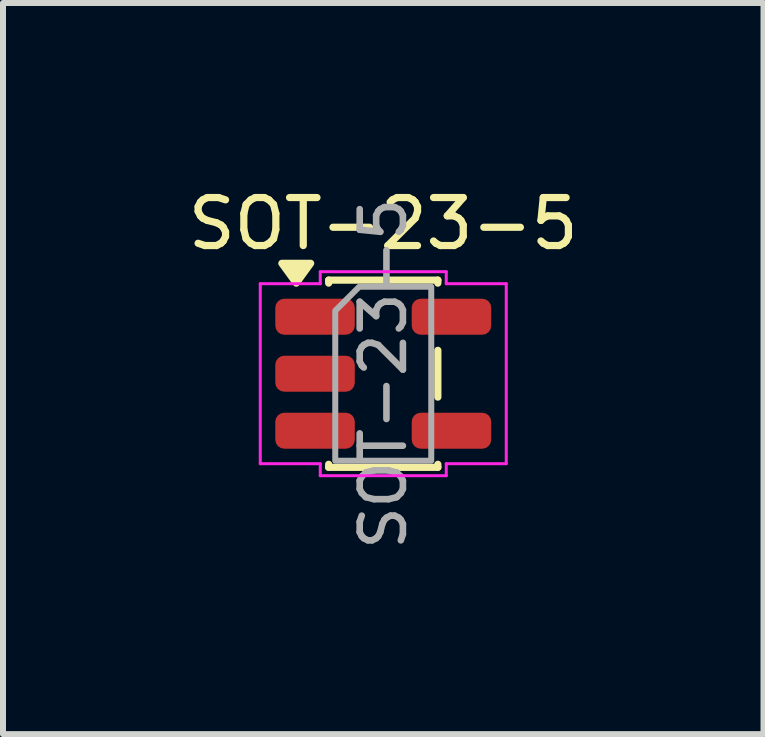
<source format=kicad_pcb>
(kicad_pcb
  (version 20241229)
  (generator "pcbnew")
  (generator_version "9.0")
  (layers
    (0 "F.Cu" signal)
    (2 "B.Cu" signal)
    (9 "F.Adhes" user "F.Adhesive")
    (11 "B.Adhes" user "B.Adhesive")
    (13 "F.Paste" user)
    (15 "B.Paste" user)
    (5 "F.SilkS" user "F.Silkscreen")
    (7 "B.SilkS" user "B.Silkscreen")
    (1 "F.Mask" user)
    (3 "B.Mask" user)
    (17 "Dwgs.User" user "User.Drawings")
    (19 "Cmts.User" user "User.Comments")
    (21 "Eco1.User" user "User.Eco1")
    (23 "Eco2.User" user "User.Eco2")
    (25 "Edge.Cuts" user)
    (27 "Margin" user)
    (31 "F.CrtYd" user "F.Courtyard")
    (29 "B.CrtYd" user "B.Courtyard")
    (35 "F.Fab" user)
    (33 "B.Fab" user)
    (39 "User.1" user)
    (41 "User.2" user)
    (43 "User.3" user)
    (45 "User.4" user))
  (footprint "SOT-23-5"
    (layer "F.Cu")
    (at 3.338 3.179)
    (property "Reference" "SOT-23-5" (at 0 -2.5 0) (layer "F.SilkS") (effects (font (size 0.8 0.8) (thickness 0.12))))
    (attr smd)
    (fp_line (start -0.91 -1.56) (end 0.91 -1.56) (stroke (width 0.12) (type solid)) (layer "F.SilkS"))
    (fp_line (start -0.91 -1.51) (end -0.91 -1.56) (stroke (width 0.12) (type solid)) (layer "F.SilkS"))
    (fp_line (start -0.91 1.56) (end -0.91 1.51) (stroke (width 0.12) (type solid)) (layer "F.SilkS"))
    (fp_line (start 0.91 -1.56) (end 0.91 -1.51) (stroke (width 0.12) (type solid)) (layer "F.SilkS"))
    (fp_line (start 0.91 -0.39) (end 0.91 0.39) (stroke (width 0.12) (type solid)) (layer "F.SilkS"))
    (fp_line (start 0.91 1.51) (end 0.91 1.56) (stroke (width 0.12) (type solid)) (layer "F.SilkS"))
    (fp_line (start 0.91 1.56) (end -0.91 1.56) (stroke (width 0.12) (type solid)) (layer "F.SilkS"))
    (fp_poly (pts (xy -1.45 -1.51) (xy -1.69 -1.84) (xy -1.21 -1.84)) (stroke (width 0.12) (type solid)) (fill yes) (layer "F.SilkS"))
    (fp_line (start -2.05 -1.5) (end -1.05 -1.5) (stroke (width 0.05) (type solid)) (layer "F.CrtYd"))
    (fp_line (start -2.05 1.5) (end -2.05 -1.5) (stroke (width 0.05) (type solid)) (layer "F.CrtYd"))
    (fp_line (start -1.05 -1.7) (end 1.05 -1.7) (stroke (width 0.05) (type solid)) (layer "F.CrtYd"))
    (fp_line (start -1.05 -1.5) (end -1.05 -1.7) (stroke (width 0.05) (type solid)) (layer "F.CrtYd"))
    (fp_line (start -1.05 1.5) (end -2.05 1.5) (stroke (width 0.05) (type solid)) (layer "F.CrtYd"))
    (fp_line (start -1.05 1.7) (end -1.05 1.5) (stroke (width 0.05) (type solid)) (layer "F.CrtYd"))
    (fp_line (start 1.05 -1.7) (end 1.05 -1.5) (stroke (width 0.05) (type solid)) (layer "F.CrtYd"))
    (fp_line (start 1.05 -1.5) (end 2.05 -1.5) (stroke (width 0.05) (type solid)) (layer "F.CrtYd"))
    (fp_line (start 1.05 1.5) (end 1.05 1.7) (stroke (width 0.05) (type solid)) (layer "F.CrtYd"))
    (fp_line (start 1.05 1.7) (end -1.05 1.7) (stroke (width 0.05) (type solid)) (layer "F.CrtYd"))
    (fp_line (start 2.05 -1.5) (end 2.05 1.5) (stroke (width 0.05) (type solid)) (layer "F.CrtYd"))
    (fp_line (start 2.05 1.5) (end 1.05 1.5) (stroke (width 0.05) (type solid)) (layer "F.CrtYd"))
    (fp_poly (pts (xy -0.8 -1.05) (xy -0.8 1.45) (xy 0.8 1.45) (xy 0.8 -1.45) (xy -0.4 -1.45)) (stroke (width 0.1) (type solid)) (fill no) (layer "F.Fab"))
    (fp_text user "${REFERENCE}" (at 0 0 90) (layer "F.Fab") (effects (font (size 0.72 0.72) (thickness 0.11))))
    (pad "1" smd roundrect (at -1.137 -0.95) (size 1.325 0.6) (layers "F.Cu" "F.Mask" "F.Paste") (roundrect_rratio 0.25))
    (pad "2" smd roundrect (at -1.137 0) (size 1.325 0.6) (layers "F.Cu" "F.Mask" "F.Paste") (roundrect_rratio 0.25))
    (pad "3" smd roundrect (at -1.137 0.95) (size 1.325 0.6) (layers "F.Cu" "F.Mask" "F.Paste") (roundrect_rratio 0.25))
    (pad "4" smd roundrect (at 1.137 0.95) (size 1.325 0.6) (layers "F.Cu" "F.Mask" "F.Paste") (roundrect_rratio 0.25))
    (pad "5" smd roundrect (at 1.137 -0.95) (size 1.325 0.6) (layers "F.Cu" "F.Mask" "F.Paste") (roundrect_rratio 0.25)))
  (gr_rect
    (start -3 -3)
    (end 9.676 9.186)
    (stroke (width 0.1) (type default))
    (fill no)
    (layer "Edge.Cuts")))
</source>
